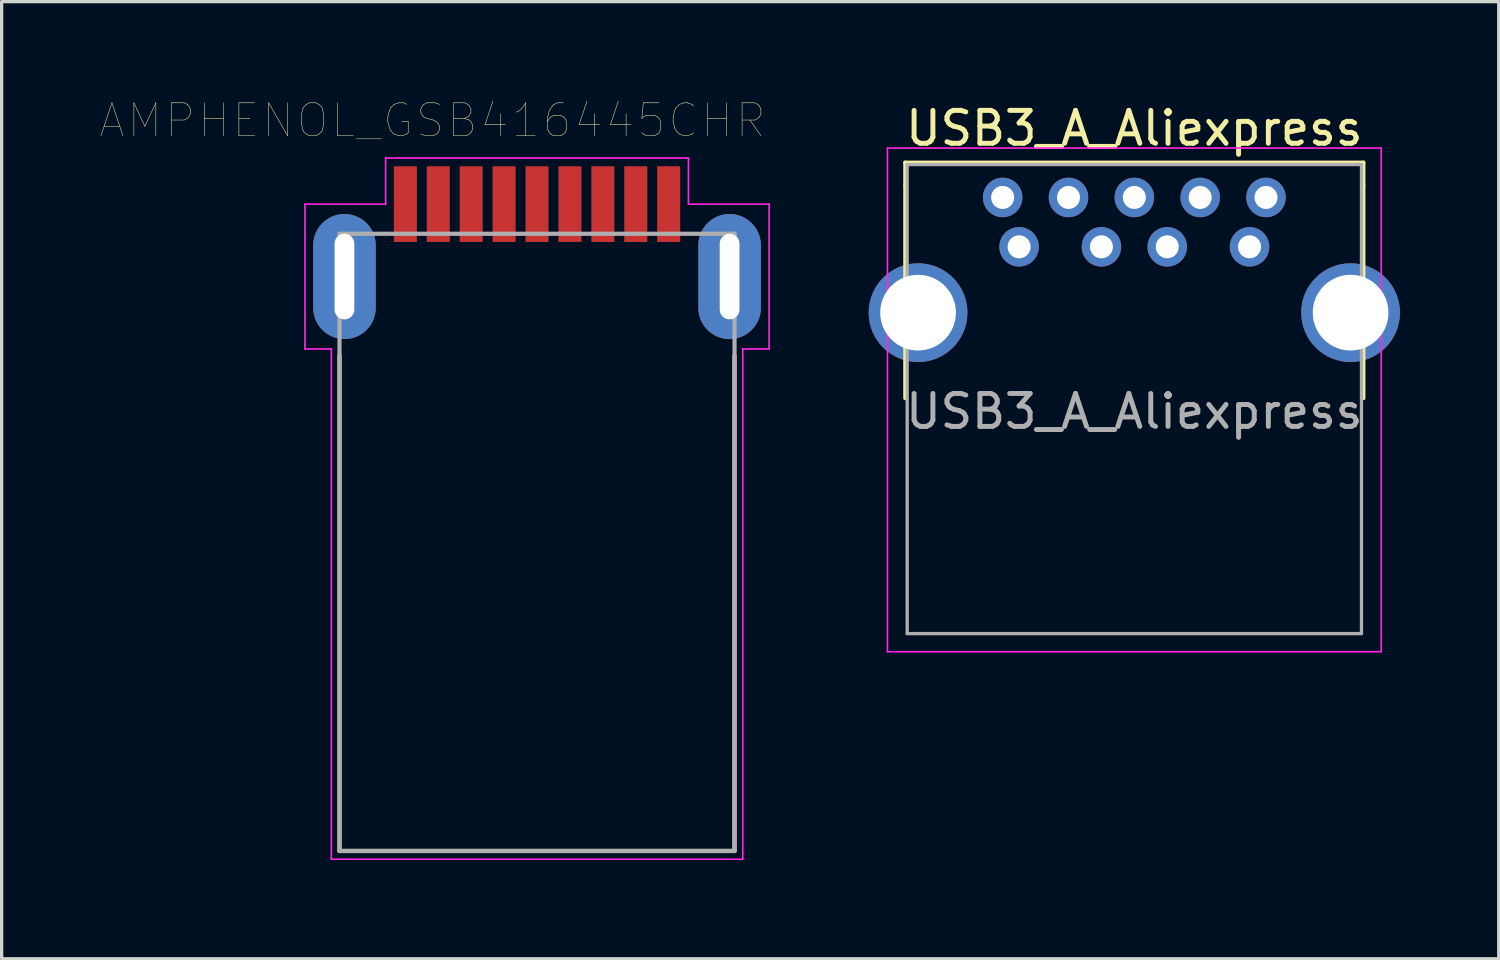
<source format=kicad_pcb>
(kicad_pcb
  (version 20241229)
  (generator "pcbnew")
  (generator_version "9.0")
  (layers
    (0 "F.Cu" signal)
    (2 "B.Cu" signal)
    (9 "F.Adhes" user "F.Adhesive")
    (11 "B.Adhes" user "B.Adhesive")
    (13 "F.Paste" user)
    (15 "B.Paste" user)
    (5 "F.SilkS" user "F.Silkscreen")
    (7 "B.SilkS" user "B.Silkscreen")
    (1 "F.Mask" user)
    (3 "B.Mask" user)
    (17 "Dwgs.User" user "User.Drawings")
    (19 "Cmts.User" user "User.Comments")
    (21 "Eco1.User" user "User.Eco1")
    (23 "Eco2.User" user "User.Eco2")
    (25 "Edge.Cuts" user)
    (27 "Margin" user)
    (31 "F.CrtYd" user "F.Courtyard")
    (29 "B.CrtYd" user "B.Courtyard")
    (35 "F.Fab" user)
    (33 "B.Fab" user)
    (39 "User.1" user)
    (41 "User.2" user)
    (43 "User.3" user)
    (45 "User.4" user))
  (footprint "USB3_A_Aliexpress"
    (layer "F.Cu")
    (at 27.909 4.448)
    (property "Reference" "USB3_A_Aliexpress" (at 3.5 -3.6 0) (layer "F.SilkS") (effects (font (size 1 1) (thickness 0.15))))
    (attr through_hole)
    (fp_line (start -3.46 -2.56) (end -3.46 -1.85) (stroke (width 0.12) (type solid)) (layer "F.SilkS"))
    (fp_line (start -3.46 -2.56) (end 10.46 -2.56) (stroke (width 0.12) (type solid)) (layer "F.SilkS"))
    (fp_line (start -3.46 4.6) (end -3.46 -1.85) (stroke (width 0.12) (type solid)) (layer "F.SilkS"))
    (fp_line (start 10.46 -2.56) (end 10.46 -1.85) (stroke (width 0.12) (type solid)) (layer "F.SilkS"))
    (fp_line (start 10.46 4.6) (end 10.46 -1.85) (stroke (width 0.12) (type solid)) (layer "F.SilkS"))
    (fp_line (start -4 -3) (end 11 -3) (stroke (width 0.05) (type solid)) (layer "F.CrtYd"))
    (fp_line (start -4 12.3) (end -4 -3) (stroke (width 0.05) (type solid)) (layer "F.CrtYd"))
    (fp_line (start 11 -3) (end 11 12.3) (stroke (width 0.05) (type solid)) (layer "F.CrtYd"))
    (fp_line (start 11 12.3) (end -4 12.3) (stroke (width 0.05) (type solid)) (layer "F.CrtYd"))
    (fp_line (start -3.4 -2.5) (end 10.4 -2.5) (stroke (width 0.1) (type solid)) (layer "F.Fab"))
    (fp_line (start -3.4 11.75) (end -3.4 -2.5) (stroke (width 0.1) (type solid)) (layer "F.Fab"))
    (fp_line (start 10.4 -2.5) (end 10.4 11.75) (stroke (width 0.1) (type solid)) (layer "F.Fab"))
    (fp_line (start 10.4 11.75) (end -3.4 11.75) (stroke (width 0.1) (type solid)) (layer "F.Fab"))
    (fp_text user "${REFERENCE}" (at 3.5 5 0) (layer "F.Fab") (effects (font (size 1 1) (thickness 0.15))))
    (pad "1" thru_hole circle (at 0 0) (size 1.2 1.2) (drill 0.7) (layers "*.Cu" "*.Mask"))
    (pad "2" thru_hole circle (at 2.5 0) (size 1.2 1.2) (drill 0.7) (layers "*.Cu" "*.Mask"))
    (pad "3" thru_hole circle (at 4.5 0) (size 1.2 1.2) (drill 0.7) (layers "*.Cu" "*.Mask"))
    (pad "4" thru_hole circle (at 7 0) (size 1.2 1.2) (drill 0.7) (layers "*.Cu" "*.Mask"))
    (pad "5" thru_hole circle (at 7.5 -1.5) (size 1.2 1.2) (drill 0.7) (layers "*.Cu" "*.Mask"))
    (pad "6" thru_hole circle (at 5.5 -1.5) (size 1.2 1.2) (drill 0.7) (layers "*.Cu" "*.Mask"))
    (pad "7" thru_hole circle (at 3.5 -1.5) (size 1.2 1.2) (drill 0.7) (layers "*.Cu" "*.Mask"))
    (pad "8" thru_hole circle (at 1.5 -1.5) (size 1.2 1.2) (drill 0.7) (layers "*.Cu" "*.Mask"))
    (pad "9" thru_hole circle (at -0.5 -1.5) (size 1.2 1.2) (drill 0.7) (layers "*.Cu" "*.Mask"))
    (pad "10" thru_hole circle (at -3.07 2) (size 3 3) (drill 2.3) (layers "*.Cu" "*.Mask"))
    (pad "10" thru_hole circle (at 10.07 2) (size 3 3) (drill 2.3) (layers "*.Cu" "*.Mask")))
  (footprint "AMPHENOL_GSB416445CHR"
    (layer "F.Cu")
    (at 13.264 3.151)
    (property "Reference" "AMPHENOL_GSB416445CHR" (at -3.175 -2.54 0) (layer "F.SilkS") (effects (font (size 1 1) (thickness 0.015))))
    (attr through_hole)
    (fp_line (start -6 4.6) (end -6 19.65) (stroke (width 0.127) (type solid)) (layer "F.SilkS"))
    (fp_line (start -6 19.65) (end 6 19.65) (stroke (width 0.127) (type solid)) (layer "F.SilkS"))
    (fp_line (start 6 19.65) (end 6 4.6) (stroke (width 0.127) (type solid)) (layer "F.SilkS"))
    (fp_line (start -7.05 0) (end -7.05 4.4) (stroke (width 0.05) (type solid)) (layer "F.CrtYd"))
    (fp_line (start -7.05 4.4) (end -6.25 4.4) (stroke (width 0.05) (type solid)) (layer "F.CrtYd"))
    (fp_line (start -6.25 4.4) (end -6.25 19.9) (stroke (width 0.05) (type solid)) (layer "F.CrtYd"))
    (fp_line (start -6.25 19.9) (end 6.25 19.9) (stroke (width 0.05) (type solid)) (layer "F.CrtYd"))
    (fp_line (start -4.6 -1.4) (end -4.6 0) (stroke (width 0.05) (type solid)) (layer "F.CrtYd"))
    (fp_line (start -4.6 0) (end -7.05 0) (stroke (width 0.05) (type solid)) (layer "F.CrtYd"))
    (fp_line (start 4.6 -1.4) (end -4.6 -1.4) (stroke (width 0.05) (type solid)) (layer "F.CrtYd"))
    (fp_line (start 4.6 0) (end 4.6 -1.4) (stroke (width 0.05) (type solid)) (layer "F.CrtYd"))
    (fp_line (start 6.25 4.4) (end 7.05 4.4) (stroke (width 0.05) (type solid)) (layer "F.CrtYd"))
    (fp_line (start 6.25 19.9) (end 6.25 4.4) (stroke (width 0.05) (type solid)) (layer "F.CrtYd"))
    (fp_line (start 7.05 0) (end 4.6 0) (stroke (width 0.05) (type solid)) (layer "F.CrtYd"))
    (fp_line (start 7.05 4.4) (end 7.05 0) (stroke (width 0.05) (type solid)) (layer "F.CrtYd"))
    (fp_line (start -6 0.9) (end -6 19.65) (stroke (width 0.127) (type solid)) (layer "F.Fab"))
    (fp_line (start -6 19.65) (end 6 19.65) (stroke (width 0.127) (type solid)) (layer "F.Fab"))
    (fp_line (start 6 0.9) (end -6 0.9) (stroke (width 0.127) (type solid)) (layer "F.Fab"))
    (fp_line (start 6 19.65) (end 6 0.9) (stroke (width 0.127) (type solid)) (layer "F.Fab"))
    (pad "1" smd rect (at 3 0) (size 0.7 2.3) (layers "F.Cu" "F.Mask" "F.Paste"))
    (pad "2" smd rect (at 1 0) (size 0.7 2.3) (layers "F.Cu" "F.Mask" "F.Paste"))
    (pad "3" smd rect (at -1 0) (size 0.7 2.3) (layers "F.Cu" "F.Mask" "F.Paste"))
    (pad "4" smd rect (at -3 0) (size 0.7 2.3) (layers "F.Cu" "F.Mask" "F.Paste"))
    (pad "5" smd rect (at -4 0) (size 0.7 2.3) (layers "F.Cu" "F.Mask" "F.Paste"))
    (pad "6" smd rect (at -2 0) (size 0.7 2.3) (layers "F.Cu" "F.Mask" "F.Paste"))
    (pad "7" smd rect (at 0 0) (size 0.7 2.3) (layers "F.Cu" "F.Mask" "F.Paste"))
    (pad "8" smd rect (at 2 0) (size 0.7 2.3) (layers "F.Cu" "F.Mask" "F.Paste"))
    (pad "9" smd rect (at 4 0) (size 0.7 2.3) (layers "F.Cu" "F.Mask" "F.Paste"))
    (pad "S1" thru_hole oval (at -5.85 2.2) (size 1.9 3.8) (drill oval 0.6 2.6) (layers "*.Cu" "*.Mask"))
    (pad "S2" thru_hole oval (at 5.85 2.2) (size 1.9 3.8) (drill oval 0.6 2.6) (layers "*.Cu" "*.Mask")))
  (gr_rect
    (start -3 -3)
    (end 42.479 26.076)
    (stroke (width 0.1) (type default))
    (fill no)
    (layer "Edge.Cuts")))
</source>
